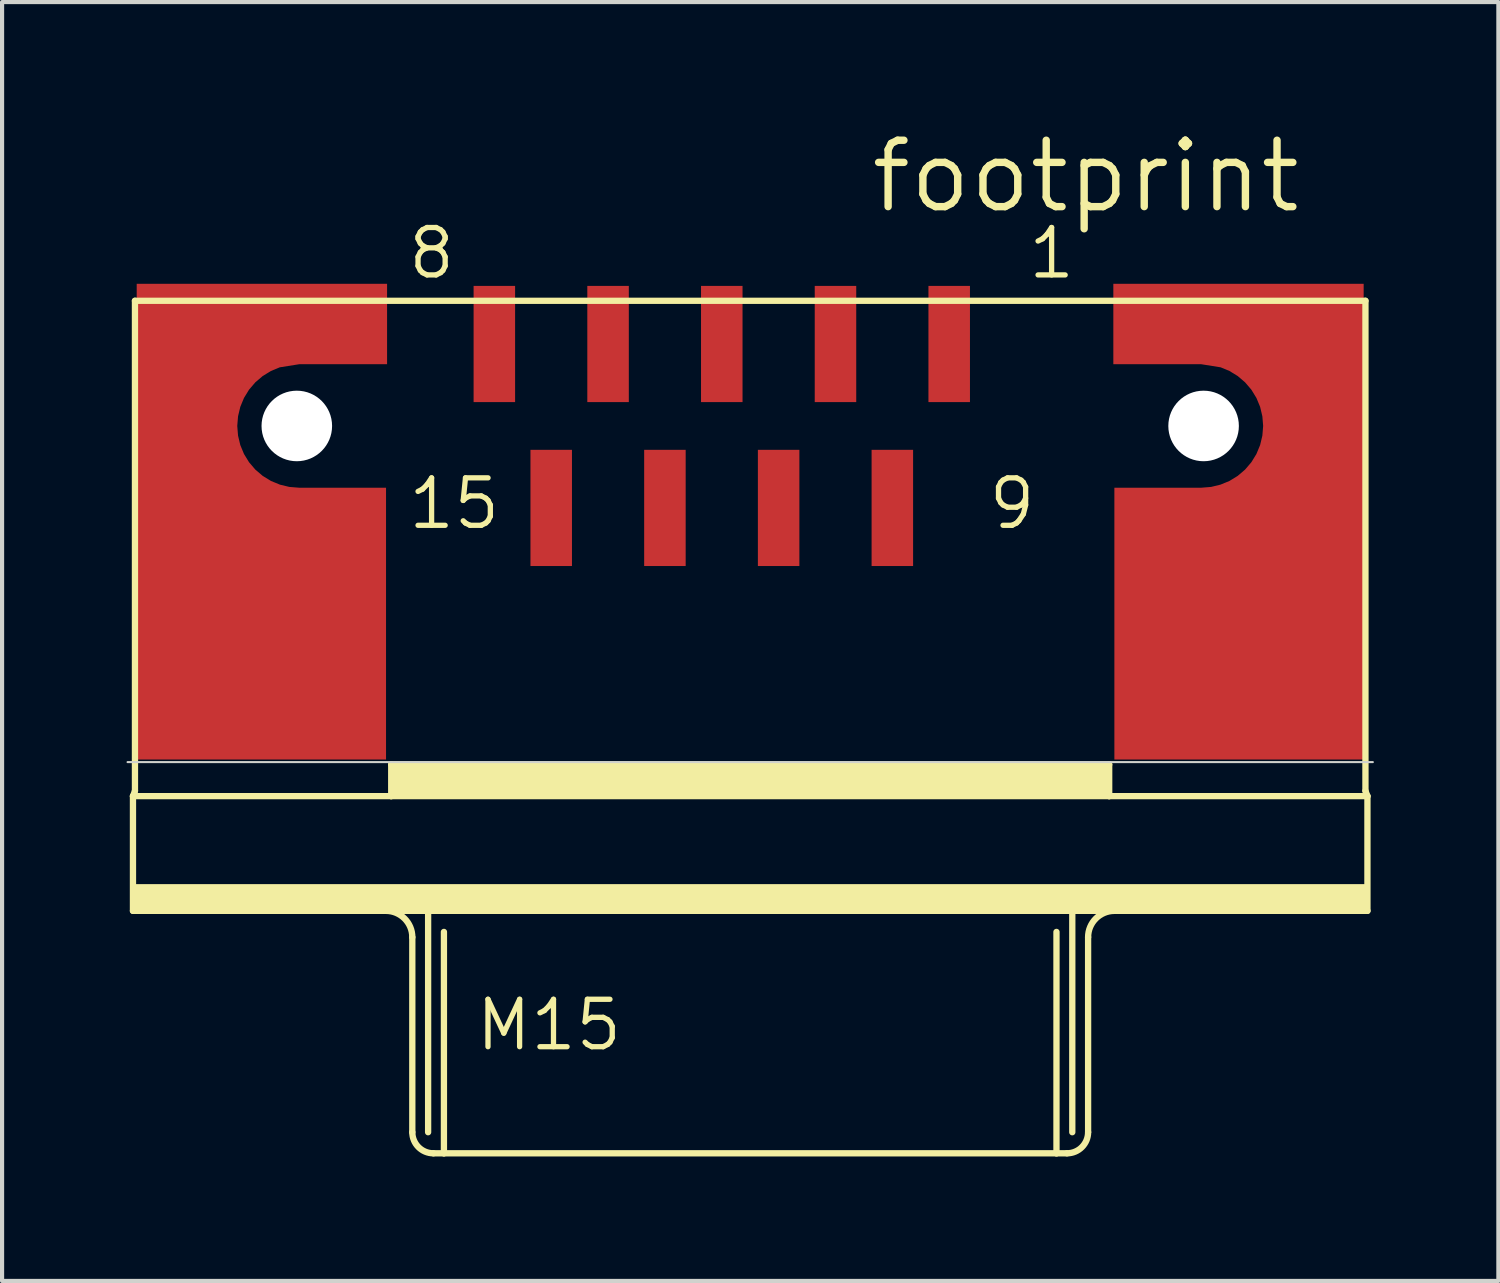
<source format=kicad_pcb>
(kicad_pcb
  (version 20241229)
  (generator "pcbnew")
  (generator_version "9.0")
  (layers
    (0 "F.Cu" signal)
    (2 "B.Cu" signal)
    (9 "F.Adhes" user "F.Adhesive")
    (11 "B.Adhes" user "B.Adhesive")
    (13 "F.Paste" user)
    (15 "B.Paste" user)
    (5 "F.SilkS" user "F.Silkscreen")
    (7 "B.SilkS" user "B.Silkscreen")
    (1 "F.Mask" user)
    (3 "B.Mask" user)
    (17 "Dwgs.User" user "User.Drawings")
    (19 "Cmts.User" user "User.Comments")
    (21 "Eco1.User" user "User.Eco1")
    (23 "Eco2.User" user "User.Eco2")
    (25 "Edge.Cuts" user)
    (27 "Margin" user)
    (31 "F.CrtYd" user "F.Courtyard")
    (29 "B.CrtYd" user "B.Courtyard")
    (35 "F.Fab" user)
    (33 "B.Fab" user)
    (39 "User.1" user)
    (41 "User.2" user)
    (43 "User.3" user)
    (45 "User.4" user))
  (footprint "footprint"
    (layer "F.Cu")
    (at 14.342 7.214)
    (property "Reference" "footprint" (at 3.51 -5.08 0) (layer "F.SilkS") (effects (font (size 1.6 1.6) (thickness 0.178)) (justify left bottom)))
    (fp_poly (pts (xy -8.065 -1.488) (xy -10.18 -1.488) (xy -10.651 -1.413) (xy -10.863 -1.325) (xy -11.062 -1.203) (xy -11.239 -1.052) (xy -11.391 -0.874) (xy -11.513 -0.675) (xy -11.602 -0.46) (xy -11.656 -0.233) (xy -11.675 0) (xy -11.656 0.233) (xy -11.602 0.46) (xy -11.513 0.675) (xy -11.391 0.874) (xy -11.239 1.052) (xy -11.062 1.203) (xy -10.863 1.325) (xy -10.647 1.414) (xy -10.42 1.469) (xy -10.184 1.488) (xy -8.09 1.488) (xy -8.09 8.037) (xy -14.098 8.037) (xy -14.098 -3.425) (xy -8.065 -3.425)) (stroke (width 0) (type solid)) (fill yes) (layer "F.Cu"))
    (fp_poly (pts (xy 15.467 8.037) (xy 9.46 8.037) (xy 9.46 1.488) (xy 11.554 1.488) (xy 11.79 1.469) (xy 12.017 1.414) (xy 12.233 1.325) (xy 12.432 1.203) (xy 12.609 1.052) (xy 12.761 0.874) (xy 12.883 0.675) (xy 12.972 0.46) (xy 13.026 0.233) (xy 13.045 0) (xy 13.026 -0.233) (xy 12.972 -0.46) (xy 12.883 -0.675) (xy 12.761 -0.874) (xy 12.609 -1.052) (xy 12.432 -1.203) (xy 12.233 -1.325) (xy 12.021 -1.413) (xy 11.55 -1.488) (xy 9.435 -1.488) (xy 9.435 -3.425) (xy 15.467 -3.425)) (stroke (width 0) (type solid)) (fill yes) (layer "F.Cu"))
    (fp_line (start -14.188 8.92) (end -14.14 8.793) (stroke (width 0.152) (type solid)) (layer "F.SilkS"))
    (fp_line (start -14.188 11.684) (end -14.188 8.92) (stroke (width 0.152) (type solid)) (layer "F.SilkS"))
    (fp_line (start -14.14 -3.016) (end -14.14 8.793) (stroke (width 0.152) (type solid)) (layer "F.SilkS"))
    (fp_line (start -7.965 8.92) (end -14.188 8.92) (stroke (width 0.152) (type solid)) (layer "F.SilkS"))
    (fp_line (start -7.965 8.92) (end -7.965 8.158) (stroke (width 0.152) (type solid)) (layer "F.SilkS"))
    (fp_line (start -7.457 12.319) (end -7.457 17.018) (stroke (width 0.152) (type solid)) (layer "F.SilkS"))
    (fp_line (start -7.076 11.684) (end -14.188 11.684) (stroke (width 0.152) (type solid)) (layer "F.SilkS"))
    (fp_line (start -7.076 11.684) (end -7.076 17.018) (stroke (width 0.152) (type solid)) (layer "F.SilkS"))
    (fp_line (start -6.695 12.192) (end -6.695 17.526) (stroke (width 0.152) (type solid)) (layer "F.SilkS"))
    (fp_line (start -6.695 17.526) (end -6.949 17.526) (stroke (width 0.152) (type solid)) (layer "F.SilkS"))
    (fp_line (start 8.065 12.192) (end 8.065 17.526) (stroke (width 0.152) (type solid)) (layer "F.SilkS"))
    (fp_line (start 8.065 17.526) (end -6.695 17.526) (stroke (width 0.152) (type solid)) (layer "F.SilkS"))
    (fp_line (start 8.319 17.526) (end 8.065 17.526) (stroke (width 0.152) (type solid)) (layer "F.SilkS"))
    (fp_line (start 8.446 11.684) (end -7.076 11.684) (stroke (width 0.152) (type solid)) (layer "F.SilkS"))
    (fp_line (start 8.446 11.684) (end 8.446 17.018) (stroke (width 0.152) (type solid)) (layer "F.SilkS"))
    (fp_line (start 8.827 12.319) (end 8.827 17.018) (stroke (width 0.152) (type solid)) (layer "F.SilkS"))
    (fp_line (start 9.335 8.158) (end -7.965 8.158) (stroke (width 0.152) (type solid)) (layer "F.SilkS"))
    (fp_line (start 9.335 8.92) (end -7.965 8.92) (stroke (width 0.152) (type solid)) (layer "F.SilkS"))
    (fp_line (start 9.335 8.92) (end 9.335 8.158) (stroke (width 0.152) (type solid)) (layer "F.SilkS"))
    (fp_line (start 15.51 -3.016) (end -14.14 -3.016) (stroke (width 0.152) (type solid)) (layer "F.SilkS"))
    (fp_line (start 15.51 -3.016) (end 15.51 8.793) (stroke (width 0.152) (type solid)) (layer "F.SilkS"))
    (fp_line (start 15.558 8.92) (end 9.335 8.92) (stroke (width 0.152) (type solid)) (layer "F.SilkS"))
    (fp_line (start 15.558 8.92) (end 15.51 8.793) (stroke (width 0.152) (type solid)) (layer "F.SilkS"))
    (fp_line (start 15.558 8.92) (end 15.558 11.684) (stroke (width 0.152) (type solid)) (layer "F.SilkS"))
    (fp_line (start 15.558 11.684) (end 8.446 11.684) (stroke (width 0.152) (type solid)) (layer "F.SilkS"))
    (fp_arc (start -8.092 11.684) (mid -7.642987 11.869987) (end -7.457 12.319) (stroke (width 0.1524) (type solid)) (layer "F.SilkS"))
    (fp_arc (start -6.949 17.526) (mid -7.30821 17.37721) (end -7.457 17.018) (stroke (width 0.1524) (type solid)) (layer "F.SilkS"))
    (fp_arc (start 8.827 12.319) (mid 9.012987 11.869987) (end 9.462 11.684) (stroke (width 0.1524) (type solid)) (layer "F.SilkS"))
    (fp_arc (start 8.827 17.018) (mid 8.67821 17.37721) (end 8.319 17.526) (stroke (width 0.1524) (type solid)) (layer "F.SilkS"))
    (fp_poly (pts (xy -14.175 11.684) (xy 15.575 11.684) (xy 15.575 11.04) (xy -14.175 11.04)) (stroke (width 0) (type solid)) (fill yes) (layer "F.SilkS"))
    (fp_poly (pts (xy -7.938 8.92) (xy 9.325 8.92) (xy 9.325 8.158) (xy -7.938 8.158)) (stroke (width 0) (type solid)) (fill yes) (layer "F.SilkS"))
    (fp_line (start -14.318 8.1) (end 15.688 8.1) (stroke (width 0.05) (type solid)) (layer "Edge.Cuts"))
    (fp_text user "1" (at 7.32 -3.493 0) (layer "F.SilkS") (effects (font (size 1.143 1.143) (thickness 0.127)) (justify left bottom)))
    (fp_text user "9" (at 6.367 2.54 0) (layer "F.SilkS") (effects (font (size 1.143 1.143) (thickness 0.127)) (justify left bottom)))
    (fp_text user "M15" (at -5.989 15.104 0) (layer "F.SilkS") (effects (font (size 1.143 1.143) (thickness 0.127)) (justify left bottom)))
    (fp_text user "15" (at -7.62 2.54 0) (layer "F.SilkS") (effects (font (size 1.143 1.143) (thickness 0.127)) (justify left bottom)))
    (fp_text user "8" (at -7.62 -3.493 0) (layer "F.SilkS") (effects (font (size 1.143 1.143) (thickness 0.127)) (justify left bottom)))
    (pad "" np_thru_hole circle (at -10.24 0) (size 1.7 1.7) (drill 1.7) (layers "*.Cu" "*.Mask"))
    (pad "" np_thru_hole circle (at 11.61 0) (size 1.7 1.7) (drill 1.7) (layers "*.Cu" "*.Mask"))
    (pad "1" smd rect (at 5.48 -1.975) (size 1 2.8) (layers "F.Cu" "F.Mask" "F.Paste"))
    (pad "2" smd rect (at 2.74 -1.975) (size 1 2.8) (layers "F.Cu" "F.Mask" "F.Paste"))
    (pad "3" smd rect (at 0 -1.975) (size 1 2.8) (layers "F.Cu" "F.Mask" "F.Paste"))
    (pad "4" smd rect (at -2.74 -1.975) (size 1 2.8) (layers "F.Cu" "F.Mask" "F.Paste"))
    (pad "5" smd rect (at -5.48 -1.975) (size 1 2.8) (layers "F.Cu" "F.Mask" "F.Paste"))
    (pad "6" smd rect (at 4.11 1.975) (size 1 2.8) (layers "F.Cu" "F.Mask" "F.Paste"))
    (pad "7" smd rect (at 1.37 1.975) (size 1 2.8) (layers "F.Cu" "F.Mask" "F.Paste"))
    (pad "8" smd rect (at -1.37 1.975) (size 1 2.8) (layers "F.Cu" "F.Mask" "F.Paste"))
    (pad "9" smd rect (at -4.11 1.975) (size 1 2.8) (layers "F.Cu" "F.Mask" "F.Paste"))
    (pad "S@1" smd rect (at 12.485 2.65) (size 1 1) (layers "F.Cu" "F.Mask" "F.Paste"))
    (pad "S@2" smd rect (at -11.115 2.625) (size 1 1) (layers "F.Cu" "F.Mask" "F.Paste")))
  (gr_rect
    (start -3 -3)
    (end 33.055 27.816)
    (stroke (width 0.1) (type default))
    (fill no)
    (layer "Edge.Cuts")))
</source>
